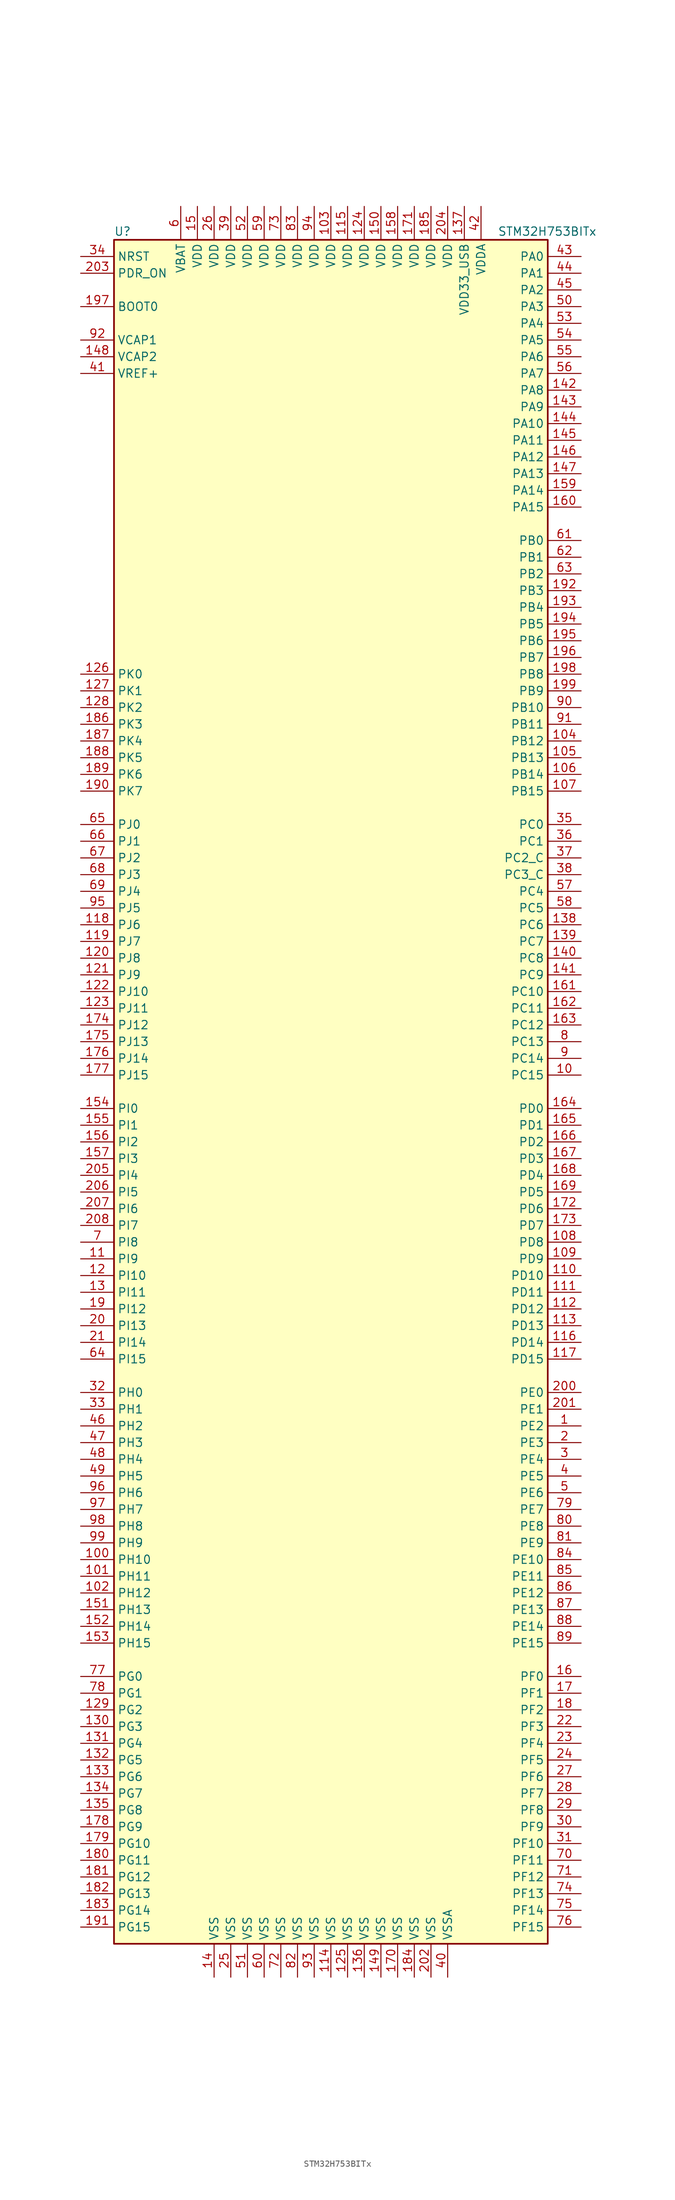
<source format=kicad_sym>
(kicad_symbol_lib
  (version 20201005)
  (generator kicad_symbol_editor)
  (symbol "STM32H753BITx"
    (property "Reference" "U"
      (at -33.02 130.81 0)
      (effects (font (size 1.27 1.27)) (justify left)))
    (property "Value" "STM32H753BITx"
      (at 25.4 130.81 0)
      (effects (font (size 1.27 1.27)) (justify left)))
    (symbol "STM32H753BITx_0_1"
      (rectangle (start -33.02 -129.54) (end 33.02 129.54) (stroke (width 0.254)) (fill (type background))))
    (symbol "STM32H753BITx_1_1"
      (pin bidirectional line (at 38.1 -50.8 180) (length 5.08) (name "PE2" (effects (font (size 1.27 1.27)))) (number "1" (effects (font (size 1.27 1.27)))))
      (pin bidirectional line (at 38.1 2.54 180) (length 5.08) (name "PC15" (effects (font (size 1.27 1.27)))) (number "10" (effects (font (size 1.27 1.27)))))
      (pin bidirectional line (at -38.1 -71.12 0) (length 5.08) (name "PH10" (effects (font (size 1.27 1.27)))) (number "100" (effects (font (size 1.27 1.27)))))
      (pin bidirectional line (at -38.1 -73.66 0) (length 5.08) (name "PH11" (effects (font (size 1.27 1.27)))) (number "101" (effects (font (size 1.27 1.27)))))
      (pin bidirectional line (at -38.1 -76.2 0) (length 5.08) (name "PH12" (effects (font (size 1.27 1.27)))) (number "102" (effects (font (size 1.27 1.27)))))
      (pin power_in line (at 0 134.62 270) (length 5.08) (name "VDD" (effects (font (size 1.27 1.27)))) (number "103" (effects (font (size 1.27 1.27)))))
      (pin bidirectional line (at 38.1 53.34 180) (length 5.08) (name "PB12" (effects (font (size 1.27 1.27)))) (number "104" (effects (font (size 1.27 1.27)))))
      (pin bidirectional line (at 38.1 50.8 180) (length 5.08) (name "PB13" (effects (font (size 1.27 1.27)))) (number "105" (effects (font (size 1.27 1.27)))))
      (pin bidirectional line (at 38.1 48.26 180) (length 5.08) (name "PB14" (effects (font (size 1.27 1.27)))) (number "106" (effects (font (size 1.27 1.27)))))
      (pin bidirectional line (at 38.1 45.72 180) (length 5.08) (name "PB15" (effects (font (size 1.27 1.27)))) (number "107" (effects (font (size 1.27 1.27)))))
      (pin bidirectional line (at 38.1 -22.86 180) (length 5.08) (name "PD8" (effects (font (size 1.27 1.27)))) (number "108" (effects (font (size 1.27 1.27)))))
      (pin bidirectional line (at 38.1 -25.4 180) (length 5.08) (name "PD9" (effects (font (size 1.27 1.27)))) (number "109" (effects (font (size 1.27 1.27)))))
      (pin bidirectional line (at -38.1 -25.4 0) (length 5.08) (name "PI9" (effects (font (size 1.27 1.27)))) (number "11" (effects (font (size 1.27 1.27)))))
      (pin bidirectional line (at 38.1 -27.94 180) (length 5.08) (name "PD10" (effects (font (size 1.27 1.27)))) (number "110" (effects (font (size 1.27 1.27)))))
      (pin bidirectional line (at 38.1 -30.48 180) (length 5.08) (name "PD11" (effects (font (size 1.27 1.27)))) (number "111" (effects (font (size 1.27 1.27)))))
      (pin bidirectional line (at 38.1 -33.02 180) (length 5.08) (name "PD12" (effects (font (size 1.27 1.27)))) (number "112" (effects (font (size 1.27 1.27)))))
      (pin bidirectional line (at 38.1 -35.56 180) (length 5.08) (name "PD13" (effects (font (size 1.27 1.27)))) (number "113" (effects (font (size 1.27 1.27)))))
      (pin power_in line (at 0 -134.62 90) (length 5.08) (name "VSS" (effects (font (size 1.27 1.27)))) (number "114" (effects (font (size 1.27 1.27)))))
      (pin power_in line (at 2.54 134.62 270) (length 5.08) (name "VDD" (effects (font (size 1.27 1.27)))) (number "115" (effects (font (size 1.27 1.27)))))
      (pin bidirectional line (at 38.1 -38.1 180) (length 5.08) (name "PD14" (effects (font (size 1.27 1.27)))) (number "116" (effects (font (size 1.27 1.27)))))
      (pin bidirectional line (at 38.1 -40.64 180) (length 5.08) (name "PD15" (effects (font (size 1.27 1.27)))) (number "117" (effects (font (size 1.27 1.27)))))
      (pin bidirectional line (at -38.1 25.4 0) (length 5.08) (name "PJ6" (effects (font (size 1.27 1.27)))) (number "118" (effects (font (size 1.27 1.27)))))
      (pin bidirectional line (at -38.1 22.86 0) (length 5.08) (name "PJ7" (effects (font (size 1.27 1.27)))) (number "119" (effects (font (size 1.27 1.27)))))
      (pin bidirectional line (at -38.1 -27.94 0) (length 5.08) (name "PI10" (effects (font (size 1.27 1.27)))) (number "12" (effects (font (size 1.27 1.27)))))
      (pin bidirectional line (at -38.1 20.32 0) (length 5.08) (name "PJ8" (effects (font (size 1.27 1.27)))) (number "120" (effects (font (size 1.27 1.27)))))
      (pin bidirectional line (at -38.1 17.78 0) (length 5.08) (name "PJ9" (effects (font (size 1.27 1.27)))) (number "121" (effects (font (size 1.27 1.27)))))
      (pin bidirectional line (at -38.1 15.24 0) (length 5.08) (name "PJ10" (effects (font (size 1.27 1.27)))) (number "122" (effects (font (size 1.27 1.27)))))
      (pin bidirectional line (at -38.1 12.7 0) (length 5.08) (name "PJ11" (effects (font (size 1.27 1.27)))) (number "123" (effects (font (size 1.27 1.27)))))
      (pin power_in line (at 5.08 134.62 270) (length 5.08) (name "VDD" (effects (font (size 1.27 1.27)))) (number "124" (effects (font (size 1.27 1.27)))))
      (pin power_in line (at 2.54 -134.62 90) (length 5.08) (name "VSS" (effects (font (size 1.27 1.27)))) (number "125" (effects (font (size 1.27 1.27)))))
      (pin bidirectional line (at -38.1 63.5 0) (length 5.08) (name "PK0" (effects (font (size 1.27 1.27)))) (number "126" (effects (font (size 1.27 1.27)))))
      (pin bidirectional line (at -38.1 60.96 0) (length 5.08) (name "PK1" (effects (font (size 1.27 1.27)))) (number "127" (effects (font (size 1.27 1.27)))))
      (pin bidirectional line (at -38.1 58.42 0) (length 5.08) (name "PK2" (effects (font (size 1.27 1.27)))) (number "128" (effects (font (size 1.27 1.27)))))
      (pin bidirectional line (at -38.1 -93.98 0) (length 5.08) (name "PG2" (effects (font (size 1.27 1.27)))) (number "129" (effects (font (size 1.27 1.27)))))
      (pin bidirectional line (at -38.1 -30.48 0) (length 5.08) (name "PI11" (effects (font (size 1.27 1.27)))) (number "13" (effects (font (size 1.27 1.27)))))
      (pin bidirectional line (at -38.1 -96.52 0) (length 5.08) (name "PG3" (effects (font (size 1.27 1.27)))) (number "130" (effects (font (size 1.27 1.27)))))
      (pin bidirectional line (at -38.1 -99.06 0) (length 5.08) (name "PG4" (effects (font (size 1.27 1.27)))) (number "131" (effects (font (size 1.27 1.27)))))
      (pin bidirectional line (at -38.1 -101.6 0) (length 5.08) (name "PG5" (effects (font (size 1.27 1.27)))) (number "132" (effects (font (size 1.27 1.27)))))
      (pin bidirectional line (at -38.1 -104.14 0) (length 5.08) (name "PG6" (effects (font (size 1.27 1.27)))) (number "133" (effects (font (size 1.27 1.27)))))
      (pin bidirectional line (at -38.1 -106.68 0) (length 5.08) (name "PG7" (effects (font (size 1.27 1.27)))) (number "134" (effects (font (size 1.27 1.27)))))
      (pin bidirectional line (at -38.1 -109.22 0) (length 5.08) (name "PG8" (effects (font (size 1.27 1.27)))) (number "135" (effects (font (size 1.27 1.27)))))
      (pin power_in line (at 5.08 -134.62 90) (length 5.08) (name "VSS" (effects (font (size 1.27 1.27)))) (number "136" (effects (font (size 1.27 1.27)))))
      (pin power_in line (at 20.32 134.62 270) (length 5.08) (name "VDD33_USB" (effects (font (size 1.27 1.27)))) (number "137" (effects (font (size 1.27 1.27)))))
      (pin bidirectional line (at 38.1 25.4 180) (length 5.08) (name "PC6" (effects (font (size 1.27 1.27)))) (number "138" (effects (font (size 1.27 1.27)))))
      (pin bidirectional line (at 38.1 22.86 180) (length 5.08) (name "PC7" (effects (font (size 1.27 1.27)))) (number "139" (effects (font (size 1.27 1.27)))))
      (pin power_in line (at -17.78 -134.62 90) (length 5.08) (name "VSS" (effects (font (size 1.27 1.27)))) (number "14" (effects (font (size 1.27 1.27)))))
      (pin bidirectional line (at 38.1 20.32 180) (length 5.08) (name "PC8" (effects (font (size 1.27 1.27)))) (number "140" (effects (font (size 1.27 1.27)))))
      (pin bidirectional line (at 38.1 17.78 180) (length 5.08) (name "PC9" (effects (font (size 1.27 1.27)))) (number "141" (effects (font (size 1.27 1.27)))))
      (pin bidirectional line (at 38.1 106.68 180) (length 5.08) (name "PA8" (effects (font (size 1.27 1.27)))) (number "142" (effects (font (size 1.27 1.27)))))
      (pin bidirectional line (at 38.1 104.14 180) (length 5.08) (name "PA9" (effects (font (size 1.27 1.27)))) (number "143" (effects (font (size 1.27 1.27)))))
      (pin bidirectional line (at 38.1 101.6 180) (length 5.08) (name "PA10" (effects (font (size 1.27 1.27)))) (number "144" (effects (font (size 1.27 1.27)))))
      (pin bidirectional line (at 38.1 99.06 180) (length 5.08) (name "PA11" (effects (font (size 1.27 1.27)))) (number "145" (effects (font (size 1.27 1.27)))))
      (pin bidirectional line (at 38.1 96.52 180) (length 5.08) (name "PA12" (effects (font (size 1.27 1.27)))) (number "146" (effects (font (size 1.27 1.27)))))
      (pin bidirectional line (at 38.1 93.98 180) (length 5.08) (name "PA13" (effects (font (size 1.27 1.27)))) (number "147" (effects (font (size 1.27 1.27)))))
      (pin power_in line (at -38.1 111.76 0) (length 5.08) (name "VCAP2" (effects (font (size 1.27 1.27)))) (number "148" (effects (font (size 1.27 1.27)))))
      (pin power_in line (at 7.62 -134.62 90) (length 5.08) (name "VSS" (effects (font (size 1.27 1.27)))) (number "149" (effects (font (size 1.27 1.27)))))
      (pin power_in line (at -20.32 134.62 270) (length 5.08) (name "VDD" (effects (font (size 1.27 1.27)))) (number "15" (effects (font (size 1.27 1.27)))))
      (pin power_in line (at 7.62 134.62 270) (length 5.08) (name "VDD" (effects (font (size 1.27 1.27)))) (number "150" (effects (font (size 1.27 1.27)))))
      (pin bidirectional line (at -38.1 -78.74 0) (length 5.08) (name "PH13" (effects (font (size 1.27 1.27)))) (number "151" (effects (font (size 1.27 1.27)))))
      (pin bidirectional line (at -38.1 -81.28 0) (length 5.08) (name "PH14" (effects (font (size 1.27 1.27)))) (number "152" (effects (font (size 1.27 1.27)))))
      (pin bidirectional line (at -38.1 -83.82 0) (length 5.08) (name "PH15" (effects (font (size 1.27 1.27)))) (number "153" (effects (font (size 1.27 1.27)))))
      (pin bidirectional line (at -38.1 -2.54 0) (length 5.08) (name "PI0" (effects (font (size 1.27 1.27)))) (number "154" (effects (font (size 1.27 1.27)))))
      (pin bidirectional line (at -38.1 -5.08 0) (length 5.08) (name "PI1" (effects (font (size 1.27 1.27)))) (number "155" (effects (font (size 1.27 1.27)))))
      (pin bidirectional line (at -38.1 -7.62 0) (length 5.08) (name "PI2" (effects (font (size 1.27 1.27)))) (number "156" (effects (font (size 1.27 1.27)))))
      (pin bidirectional line (at -38.1 -10.16 0) (length 5.08) (name "PI3" (effects (font (size 1.27 1.27)))) (number "157" (effects (font (size 1.27 1.27)))))
      (pin power_in line (at 10.16 134.62 270) (length 5.08) (name "VDD" (effects (font (size 1.27 1.27)))) (number "158" (effects (font (size 1.27 1.27)))))
      (pin bidirectional line (at 38.1 91.44 180) (length 5.08) (name "PA14" (effects (font (size 1.27 1.27)))) (number "159" (effects (font (size 1.27 1.27)))))
      (pin bidirectional line (at 38.1 -88.9 180) (length 5.08) (name "PF0" (effects (font (size 1.27 1.27)))) (number "16" (effects (font (size 1.27 1.27)))))
      (pin bidirectional line (at 38.1 88.9 180) (length 5.08) (name "PA15" (effects (font (size 1.27 1.27)))) (number "160" (effects (font (size 1.27 1.27)))))
      (pin bidirectional line (at 38.1 15.24 180) (length 5.08) (name "PC10" (effects (font (size 1.27 1.27)))) (number "161" (effects (font (size 1.27 1.27)))))
      (pin bidirectional line (at 38.1 12.7 180) (length 5.08) (name "PC11" (effects (font (size 1.27 1.27)))) (number "162" (effects (font (size 1.27 1.27)))))
      (pin bidirectional line (at 38.1 10.16 180) (length 5.08) (name "PC12" (effects (font (size 1.27 1.27)))) (number "163" (effects (font (size 1.27 1.27)))))
      (pin bidirectional line (at 38.1 -2.54 180) (length 5.08) (name "PD0" (effects (font (size 1.27 1.27)))) (number "164" (effects (font (size 1.27 1.27)))))
      (pin bidirectional line (at 38.1 -5.08 180) (length 5.08) (name "PD1" (effects (font (size 1.27 1.27)))) (number "165" (effects (font (size 1.27 1.27)))))
      (pin bidirectional line (at 38.1 -7.62 180) (length 5.08) (name "PD2" (effects (font (size 1.27 1.27)))) (number "166" (effects (font (size 1.27 1.27)))))
      (pin bidirectional line (at 38.1 -10.16 180) (length 5.08) (name "PD3" (effects (font (size 1.27 1.27)))) (number "167" (effects (font (size 1.27 1.27)))))
      (pin bidirectional line (at 38.1 -12.7 180) (length 5.08) (name "PD4" (effects (font (size 1.27 1.27)))) (number "168" (effects (font (size 1.27 1.27)))))
      (pin bidirectional line (at 38.1 -15.24 180) (length 5.08) (name "PD5" (effects (font (size 1.27 1.27)))) (number "169" (effects (font (size 1.27 1.27)))))
      (pin bidirectional line (at 38.1 -91.44 180) (length 5.08) (name "PF1" (effects (font (size 1.27 1.27)))) (number "17" (effects (font (size 1.27 1.27)))))
      (pin power_in line (at 10.16 -134.62 90) (length 5.08) (name "VSS" (effects (font (size 1.27 1.27)))) (number "170" (effects (font (size 1.27 1.27)))))
      (pin power_in line (at 12.7 134.62 270) (length 5.08) (name "VDD" (effects (font (size 1.27 1.27)))) (number "171" (effects (font (size 1.27 1.27)))))
      (pin bidirectional line (at 38.1 -17.78 180) (length 5.08) (name "PD6" (effects (font (size 1.27 1.27)))) (number "172" (effects (font (size 1.27 1.27)))))
      (pin bidirectional line (at 38.1 -20.32 180) (length 5.08) (name "PD7" (effects (font (size 1.27 1.27)))) (number "173" (effects (font (size 1.27 1.27)))))
      (pin bidirectional line (at -38.1 10.16 0) (length 5.08) (name "PJ12" (effects (font (size 1.27 1.27)))) (number "174" (effects (font (size 1.27 1.27)))))
      (pin bidirectional line (at -38.1 7.62 0) (length 5.08) (name "PJ13" (effects (font (size 1.27 1.27)))) (number "175" (effects (font (size 1.27 1.27)))))
      (pin bidirectional line (at -38.1 5.08 0) (length 5.08) (name "PJ14" (effects (font (size 1.27 1.27)))) (number "176" (effects (font (size 1.27 1.27)))))
      (pin bidirectional line (at -38.1 2.54 0) (length 5.08) (name "PJ15" (effects (font (size 1.27 1.27)))) (number "177" (effects (font (size 1.27 1.27)))))
      (pin bidirectional line (at -38.1 -111.76 0) (length 5.08) (name "PG9" (effects (font (size 1.27 1.27)))) (number "178" (effects (font (size 1.27 1.27)))))
      (pin bidirectional line (at -38.1 -114.3 0) (length 5.08) (name "PG10" (effects (font (size 1.27 1.27)))) (number "179" (effects (font (size 1.27 1.27)))))
      (pin bidirectional line (at 38.1 -93.98 180) (length 5.08) (name "PF2" (effects (font (size 1.27 1.27)))) (number "18" (effects (font (size 1.27 1.27)))))
      (pin bidirectional line (at -38.1 -116.84 0) (length 5.08) (name "PG11" (effects (font (size 1.27 1.27)))) (number "180" (effects (font (size 1.27 1.27)))))
      (pin bidirectional line (at -38.1 -119.38 0) (length 5.08) (name "PG12" (effects (font (size 1.27 1.27)))) (number "181" (effects (font (size 1.27 1.27)))))
      (pin bidirectional line (at -38.1 -121.92 0) (length 5.08) (name "PG13" (effects (font (size 1.27 1.27)))) (number "182" (effects (font (size 1.27 1.27)))))
      (pin bidirectional line (at -38.1 -124.46 0) (length 5.08) (name "PG14" (effects (font (size 1.27 1.27)))) (number "183" (effects (font (size 1.27 1.27)))))
      (pin power_in line (at 12.7 -134.62 90) (length 5.08) (name "VSS" (effects (font (size 1.27 1.27)))) (number "184" (effects (font (size 1.27 1.27)))))
      (pin power_in line (at 15.24 134.62 270) (length 5.08) (name "VDD" (effects (font (size 1.27 1.27)))) (number "185" (effects (font (size 1.27 1.27)))))
      (pin bidirectional line (at -38.1 55.88 0) (length 5.08) (name "PK3" (effects (font (size 1.27 1.27)))) (number "186" (effects (font (size 1.27 1.27)))))
      (pin bidirectional line (at -38.1 53.34 0) (length 5.08) (name "PK4" (effects (font (size 1.27 1.27)))) (number "187" (effects (font (size 1.27 1.27)))))
      (pin bidirectional line (at -38.1 50.8 0) (length 5.08) (name "PK5" (effects (font (size 1.27 1.27)))) (number "188" (effects (font (size 1.27 1.27)))))
      (pin bidirectional line (at -38.1 48.26 0) (length 5.08) (name "PK6" (effects (font (size 1.27 1.27)))) (number "189" (effects (font (size 1.27 1.27)))))
      (pin bidirectional line (at -38.1 -33.02 0) (length 5.08) (name "PI12" (effects (font (size 1.27 1.27)))) (number "19" (effects (font (size 1.27 1.27)))))
      (pin bidirectional line (at -38.1 45.72 0) (length 5.08) (name "PK7" (effects (font (size 1.27 1.27)))) (number "190" (effects (font (size 1.27 1.27)))))
      (pin bidirectional line (at -38.1 -127 0) (length 5.08) (name "PG15" (effects (font (size 1.27 1.27)))) (number "191" (effects (font (size 1.27 1.27)))))
      (pin bidirectional line (at 38.1 76.2 180) (length 5.08) (name "PB3" (effects (font (size 1.27 1.27)))) (number "192" (effects (font (size 1.27 1.27)))))
      (pin bidirectional line (at 38.1 73.66 180) (length 5.08) (name "PB4" (effects (font (size 1.27 1.27)))) (number "193" (effects (font (size 1.27 1.27)))))
      (pin bidirectional line (at 38.1 71.12 180) (length 5.08) (name "PB5" (effects (font (size 1.27 1.27)))) (number "194" (effects (font (size 1.27 1.27)))))
      (pin bidirectional line (at 38.1 68.58 180) (length 5.08) (name "PB6" (effects (font (size 1.27 1.27)))) (number "195" (effects (font (size 1.27 1.27)))))
      (pin bidirectional line (at 38.1 66.04 180) (length 5.08) (name "PB7" (effects (font (size 1.27 1.27)))) (number "196" (effects (font (size 1.27 1.27)))))
      (pin input line (at -38.1 119.38 0) (length 5.08) (name "BOOT0" (effects (font (size 1.27 1.27)))) (number "197" (effects (font (size 1.27 1.27)))))
      (pin bidirectional line (at 38.1 63.5 180) (length 5.08) (name "PB8" (effects (font (size 1.27 1.27)))) (number "198" (effects (font (size 1.27 1.27)))))
      (pin bidirectional line (at 38.1 60.96 180) (length 5.08) (name "PB9" (effects (font (size 1.27 1.27)))) (number "199" (effects (font (size 1.27 1.27)))))
      (pin bidirectional line (at 38.1 -53.34 180) (length 5.08) (name "PE3" (effects (font (size 1.27 1.27)))) (number "2" (effects (font (size 1.27 1.27)))))
      (pin bidirectional line (at -38.1 -35.56 0) (length 5.08) (name "PI13" (effects (font (size 1.27 1.27)))) (number "20" (effects (font (size 1.27 1.27)))))
      (pin bidirectional line (at 38.1 -45.72 180) (length 5.08) (name "PE0" (effects (font (size 1.27 1.27)))) (number "200" (effects (font (size 1.27 1.27)))))
      (pin bidirectional line (at 38.1 -48.26 180) (length 5.08) (name "PE1" (effects (font (size 1.27 1.27)))) (number "201" (effects (font (size 1.27 1.27)))))
      (pin power_in line (at 15.24 -134.62 90) (length 5.08) (name "VSS" (effects (font (size 1.27 1.27)))) (number "202" (effects (font (size 1.27 1.27)))))
      (pin input line (at -38.1 124.46 0) (length 5.08) (name "PDR_ON" (effects (font (size 1.27 1.27)))) (number "203" (effects (font (size 1.27 1.27)))))
      (pin power_in line (at 17.78 134.62 270) (length 5.08) (name "VDD" (effects (font (size 1.27 1.27)))) (number "204" (effects (font (size 1.27 1.27)))))
      (pin bidirectional line (at -38.1 -12.7 0) (length 5.08) (name "PI4" (effects (font (size 1.27 1.27)))) (number "205" (effects (font (size 1.27 1.27)))))
      (pin bidirectional line (at -38.1 -15.24 0) (length 5.08) (name "PI5" (effects (font (size 1.27 1.27)))) (number "206" (effects (font (size 1.27 1.27)))))
      (pin bidirectional line (at -38.1 -17.78 0) (length 5.08) (name "PI6" (effects (font (size 1.27 1.27)))) (number "207" (effects (font (size 1.27 1.27)))))
      (pin bidirectional line (at -38.1 -20.32 0) (length 5.08) (name "PI7" (effects (font (size 1.27 1.27)))) (number "208" (effects (font (size 1.27 1.27)))))
      (pin bidirectional line (at -38.1 -38.1 0) (length 5.08) (name "PI14" (effects (font (size 1.27 1.27)))) (number "21" (effects (font (size 1.27 1.27)))))
      (pin bidirectional line (at 38.1 -96.52 180) (length 5.08) (name "PF3" (effects (font (size 1.27 1.27)))) (number "22" (effects (font (size 1.27 1.27)))))
      (pin bidirectional line (at 38.1 -99.06 180) (length 5.08) (name "PF4" (effects (font (size 1.27 1.27)))) (number "23" (effects (font (size 1.27 1.27)))))
      (pin bidirectional line (at 38.1 -101.6 180) (length 5.08) (name "PF5" (effects (font (size 1.27 1.27)))) (number "24" (effects (font (size 1.27 1.27)))))
      (pin power_in line (at -15.24 -134.62 90) (length 5.08) (name "VSS" (effects (font (size 1.27 1.27)))) (number "25" (effects (font (size 1.27 1.27)))))
      (pin power_in line (at -17.78 134.62 270) (length 5.08) (name "VDD" (effects (font (size 1.27 1.27)))) (number "26" (effects (font (size 1.27 1.27)))))
      (pin bidirectional line (at 38.1 -104.14 180) (length 5.08) (name "PF6" (effects (font (size 1.27 1.27)))) (number "27" (effects (font (size 1.27 1.27)))))
      (pin bidirectional line (at 38.1 -106.68 180) (length 5.08) (name "PF7" (effects (font (size 1.27 1.27)))) (number "28" (effects (font (size 1.27 1.27)))))
      (pin bidirectional line (at 38.1 -109.22 180) (length 5.08) (name "PF8" (effects (font (size 1.27 1.27)))) (number "29" (effects (font (size 1.27 1.27)))))
      (pin bidirectional line (at 38.1 -55.88 180) (length 5.08) (name "PE4" (effects (font (size 1.27 1.27)))) (number "3" (effects (font (size 1.27 1.27)))))
      (pin bidirectional line (at 38.1 -111.76 180) (length 5.08) (name "PF9" (effects (font (size 1.27 1.27)))) (number "30" (effects (font (size 1.27 1.27)))))
      (pin bidirectional line (at 38.1 -114.3 180) (length 5.08) (name "PF10" (effects (font (size 1.27 1.27)))) (number "31" (effects (font (size 1.27 1.27)))))
      (pin input line (at -38.1 -45.72 0) (length 5.08) (name "PH0" (effects (font (size 1.27 1.27)))) (number "32" (effects (font (size 1.27 1.27)))))
      (pin input line (at -38.1 -48.26 0) (length 5.08) (name "PH1" (effects (font (size 1.27 1.27)))) (number "33" (effects (font (size 1.27 1.27)))))
      (pin input line (at -38.1 127 0) (length 5.08) (name "NRST" (effects (font (size 1.27 1.27)))) (number "34" (effects (font (size 1.27 1.27)))))
      (pin bidirectional line (at 38.1 40.64 180) (length 5.08) (name "PC0" (effects (font (size 1.27 1.27)))) (number "35" (effects (font (size 1.27 1.27)))))
      (pin bidirectional line (at 38.1 38.1 180) (length 5.08) (name "PC1" (effects (font (size 1.27 1.27)))) (number "36" (effects (font (size 1.27 1.27)))))
      (pin bidirectional line (at 38.1 35.56 180) (length 5.08) (name "PC2_C" (effects (font (size 1.27 1.27)))) (number "37" (effects (font (size 1.27 1.27)))))
      (pin bidirectional line (at 38.1 33.02 180) (length 5.08) (name "PC3_C" (effects (font (size 1.27 1.27)))) (number "38" (effects (font (size 1.27 1.27)))))
      (pin power_in line (at -15.24 134.62 270) (length 5.08) (name "VDD" (effects (font (size 1.27 1.27)))) (number "39" (effects (font (size 1.27 1.27)))))
      (pin bidirectional line (at 38.1 -58.42 180) (length 5.08) (name "PE5" (effects (font (size 1.27 1.27)))) (number "4" (effects (font (size 1.27 1.27)))))
      (pin power_in line (at 17.78 -134.62 90) (length 5.08) (name "VSSA" (effects (font (size 1.27 1.27)))) (number "40" (effects (font (size 1.27 1.27)))))
      (pin bidirectional line (at -38.1 109.22 0) (length 5.08) (name "VREF+" (effects (font (size 1.27 1.27)))) (number "41" (effects (font (size 1.27 1.27)))))
      (pin power_in line (at 22.86 134.62 270) (length 5.08) (name "VDDA" (effects (font (size 1.27 1.27)))) (number "42" (effects (font (size 1.27 1.27)))))
      (pin bidirectional line (at 38.1 127 180) (length 5.08) (name "PA0" (effects (font (size 1.27 1.27)))) (number "43" (effects (font (size 1.27 1.27)))))
      (pin bidirectional line (at 38.1 124.46 180) (length 5.08) (name "PA1" (effects (font (size 1.27 1.27)))) (number "44" (effects (font (size 1.27 1.27)))))
      (pin bidirectional line (at 38.1 121.92 180) (length 5.08) (name "PA2" (effects (font (size 1.27 1.27)))) (number "45" (effects (font (size 1.27 1.27)))))
      (pin bidirectional line (at -38.1 -50.8 0) (length 5.08) (name "PH2" (effects (font (size 1.27 1.27)))) (number "46" (effects (font (size 1.27 1.27)))))
      (pin bidirectional line (at -38.1 -53.34 0) (length 5.08) (name "PH3" (effects (font (size 1.27 1.27)))) (number "47" (effects (font (size 1.27 1.27)))))
      (pin bidirectional line (at -38.1 -55.88 0) (length 5.08) (name "PH4" (effects (font (size 1.27 1.27)))) (number "48" (effects (font (size 1.27 1.27)))))
      (pin bidirectional line (at -38.1 -58.42 0) (length 5.08) (name "PH5" (effects (font (size 1.27 1.27)))) (number "49" (effects (font (size 1.27 1.27)))))
      (pin bidirectional line (at 38.1 -60.96 180) (length 5.08) (name "PE6" (effects (font (size 1.27 1.27)))) (number "5" (effects (font (size 1.27 1.27)))))
      (pin bidirectional line (at 38.1 119.38 180) (length 5.08) (name "PA3" (effects (font (size 1.27 1.27)))) (number "50" (effects (font (size 1.27 1.27)))))
      (pin power_in line (at -12.7 -134.62 90) (length 5.08) (name "VSS" (effects (font (size 1.27 1.27)))) (number "51" (effects (font (size 1.27 1.27)))))
      (pin power_in line (at -12.7 134.62 270) (length 5.08) (name "VDD" (effects (font (size 1.27 1.27)))) (number "52" (effects (font (size 1.27 1.27)))))
      (pin bidirectional line (at 38.1 116.84 180) (length 5.08) (name "PA4" (effects (font (size 1.27 1.27)))) (number "53" (effects (font (size 1.27 1.27)))))
      (pin bidirectional line (at 38.1 114.3 180) (length 5.08) (name "PA5" (effects (font (size 1.27 1.27)))) (number "54" (effects (font (size 1.27 1.27)))))
      (pin bidirectional line (at 38.1 111.76 180) (length 5.08) (name "PA6" (effects (font (size 1.27 1.27)))) (number "55" (effects (font (size 1.27 1.27)))))
      (pin bidirectional line (at 38.1 109.22 180) (length 5.08) (name "PA7" (effects (font (size 1.27 1.27)))) (number "56" (effects (font (size 1.27 1.27)))))
      (pin bidirectional line (at 38.1 30.48 180) (length 5.08) (name "PC4" (effects (font (size 1.27 1.27)))) (number "57" (effects (font (size 1.27 1.27)))))
      (pin bidirectional line (at 38.1 27.94 180) (length 5.08) (name "PC5" (effects (font (size 1.27 1.27)))) (number "58" (effects (font (size 1.27 1.27)))))
      (pin power_in line (at -10.16 134.62 270) (length 5.08) (name "VDD" (effects (font (size 1.27 1.27)))) (number "59" (effects (font (size 1.27 1.27)))))
      (pin power_in line (at -22.86 134.62 270) (length 5.08) (name "VBAT" (effects (font (size 1.27 1.27)))) (number "6" (effects (font (size 1.27 1.27)))))
      (pin power_in line (at -10.16 -134.62 90) (length 5.08) (name "VSS" (effects (font (size 1.27 1.27)))) (number "60" (effects (font (size 1.27 1.27)))))
      (pin bidirectional line (at 38.1 83.82 180) (length 5.08) (name "PB0" (effects (font (size 1.27 1.27)))) (number "61" (effects (font (size 1.27 1.27)))))
      (pin bidirectional line (at 38.1 81.28 180) (length 5.08) (name "PB1" (effects (font (size 1.27 1.27)))) (number "62" (effects (font (size 1.27 1.27)))))
      (pin bidirectional line (at 38.1 78.74 180) (length 5.08) (name "PB2" (effects (font (size 1.27 1.27)))) (number "63" (effects (font (size 1.27 1.27)))))
      (pin bidirectional line (at -38.1 -40.64 0) (length 5.08) (name "PI15" (effects (font (size 1.27 1.27)))) (number "64" (effects (font (size 1.27 1.27)))))
      (pin bidirectional line (at -38.1 40.64 0) (length 5.08) (name "PJ0" (effects (font (size 1.27 1.27)))) (number "65" (effects (font (size 1.27 1.27)))))
      (pin bidirectional line (at -38.1 38.1 0) (length 5.08) (name "PJ1" (effects (font (size 1.27 1.27)))) (number "66" (effects (font (size 1.27 1.27)))))
      (pin bidirectional line (at -38.1 35.56 0) (length 5.08) (name "PJ2" (effects (font (size 1.27 1.27)))) (number "67" (effects (font (size 1.27 1.27)))))
      (pin bidirectional line (at -38.1 33.02 0) (length 5.08) (name "PJ3" (effects (font (size 1.27 1.27)))) (number "68" (effects (font (size 1.27 1.27)))))
      (pin bidirectional line (at -38.1 30.48 0) (length 5.08) (name "PJ4" (effects (font (size 1.27 1.27)))) (number "69" (effects (font (size 1.27 1.27)))))
      (pin bidirectional line (at -38.1 -22.86 0) (length 5.08) (name "PI8" (effects (font (size 1.27 1.27)))) (number "7" (effects (font (size 1.27 1.27)))))
      (pin bidirectional line (at 38.1 -116.84 180) (length 5.08) (name "PF11" (effects (font (size 1.27 1.27)))) (number "70" (effects (font (size 1.27 1.27)))))
      (pin bidirectional line (at 38.1 -119.38 180) (length 5.08) (name "PF12" (effects (font (size 1.27 1.27)))) (number "71" (effects (font (size 1.27 1.27)))))
      (pin power_in line (at -7.62 -134.62 90) (length 5.08) (name "VSS" (effects (font (size 1.27 1.27)))) (number "72" (effects (font (size 1.27 1.27)))))
      (pin power_in line (at -7.62 134.62 270) (length 5.08) (name "VDD" (effects (font (size 1.27 1.27)))) (number "73" (effects (font (size 1.27 1.27)))))
      (pin bidirectional line (at 38.1 -121.92 180) (length 5.08) (name "PF13" (effects (font (size 1.27 1.27)))) (number "74" (effects (font (size 1.27 1.27)))))
      (pin bidirectional line (at 38.1 -124.46 180) (length 5.08) (name "PF14" (effects (font (size 1.27 1.27)))) (number "75" (effects (font (size 1.27 1.27)))))
      (pin bidirectional line (at 38.1 -127 180) (length 5.08) (name "PF15" (effects (font (size 1.27 1.27)))) (number "76" (effects (font (size 1.27 1.27)))))
      (pin bidirectional line (at -38.1 -88.9 0) (length 5.08) (name "PG0" (effects (font (size 1.27 1.27)))) (number "77" (effects (font (size 1.27 1.27)))))
      (pin bidirectional line (at -38.1 -91.44 0) (length 5.08) (name "PG1" (effects (font (size 1.27 1.27)))) (number "78" (effects (font (size 1.27 1.27)))))
      (pin bidirectional line (at 38.1 -63.5 180) (length 5.08) (name "PE7" (effects (font (size 1.27 1.27)))) (number "79" (effects (font (size 1.27 1.27)))))
      (pin bidirectional line (at 38.1 7.62 180) (length 5.08) (name "PC13" (effects (font (size 1.27 1.27)))) (number "8" (effects (font (size 1.27 1.27)))))
      (pin bidirectional line (at 38.1 -66.04 180) (length 5.08) (name "PE8" (effects (font (size 1.27 1.27)))) (number "80" (effects (font (size 1.27 1.27)))))
      (pin bidirectional line (at 38.1 -68.58 180) (length 5.08) (name "PE9" (effects (font (size 1.27 1.27)))) (number "81" (effects (font (size 1.27 1.27)))))
      (pin power_in line (at -5.08 -134.62 90) (length 5.08) (name "VSS" (effects (font (size 1.27 1.27)))) (number "82" (effects (font (size 1.27 1.27)))))
      (pin power_in line (at -5.08 134.62 270) (length 5.08) (name "VDD" (effects (font (size 1.27 1.27)))) (number "83" (effects (font (size 1.27 1.27)))))
      (pin bidirectional line (at 38.1 -71.12 180) (length 5.08) (name "PE10" (effects (font (size 1.27 1.27)))) (number "84" (effects (font (size 1.27 1.27)))))
      (pin bidirectional line (at 38.1 -73.66 180) (length 5.08) (name "PE11" (effects (font (size 1.27 1.27)))) (number "85" (effects (font (size 1.27 1.27)))))
      (pin bidirectional line (at 38.1 -76.2 180) (length 5.08) (name "PE12" (effects (font (size 1.27 1.27)))) (number "86" (effects (font (size 1.27 1.27)))))
      (pin bidirectional line (at 38.1 -78.74 180) (length 5.08) (name "PE13" (effects (font (size 1.27 1.27)))) (number "87" (effects (font (size 1.27 1.27)))))
      (pin bidirectional line (at 38.1 -81.28 180) (length 5.08) (name "PE14" (effects (font (size 1.27 1.27)))) (number "88" (effects (font (size 1.27 1.27)))))
      (pin bidirectional line (at 38.1 -83.82 180) (length 5.08) (name "PE15" (effects (font (size 1.27 1.27)))) (number "89" (effects (font (size 1.27 1.27)))))
      (pin bidirectional line (at 38.1 5.08 180) (length 5.08) (name "PC14" (effects (font (size 1.27 1.27)))) (number "9" (effects (font (size 1.27 1.27)))))
      (pin bidirectional line (at 38.1 58.42 180) (length 5.08) (name "PB10" (effects (font (size 1.27 1.27)))) (number "90" (effects (font (size 1.27 1.27)))))
      (pin bidirectional line (at 38.1 55.88 180) (length 5.08) (name "PB11" (effects (font (size 1.27 1.27)))) (number "91" (effects (font (size 1.27 1.27)))))
      (pin power_in line (at -38.1 114.3 0) (length 5.08) (name "VCAP1" (effects (font (size 1.27 1.27)))) (number "92" (effects (font (size 1.27 1.27)))))
      (pin power_in line (at -2.54 -134.62 90) (length 5.08) (name "VSS" (effects (font (size 1.27 1.27)))) (number "93" (effects (font (size 1.27 1.27)))))
      (pin power_in line (at -2.54 134.62 270) (length 5.08) (name "VDD" (effects (font (size 1.27 1.27)))) (number "94" (effects (font (size 1.27 1.27)))))
      (pin bidirectional line (at -38.1 27.94 0) (length 5.08) (name "PJ5" (effects (font (size 1.27 1.27)))) (number "95" (effects (font (size 1.27 1.27)))))
      (pin bidirectional line (at -38.1 -60.96 0) (length 5.08) (name "PH6" (effects (font (size 1.27 1.27)))) (number "96" (effects (font (size 1.27 1.27)))))
      (pin bidirectional line (at -38.1 -63.5 0) (length 5.08) (name "PH7" (effects (font (size 1.27 1.27)))) (number "97" (effects (font (size 1.27 1.27)))))
      (pin bidirectional line (at -38.1 -66.04 0) (length 5.08) (name "PH8" (effects (font (size 1.27 1.27)))) (number "98" (effects (font (size 1.27 1.27)))))
      (pin bidirectional line (at -38.1 -68.58 0) (length 5.08) (name "PH9" (effects (font (size 1.27 1.27)))) (number "99" (effects (font (size 1.27 1.27))))))))
</source>
